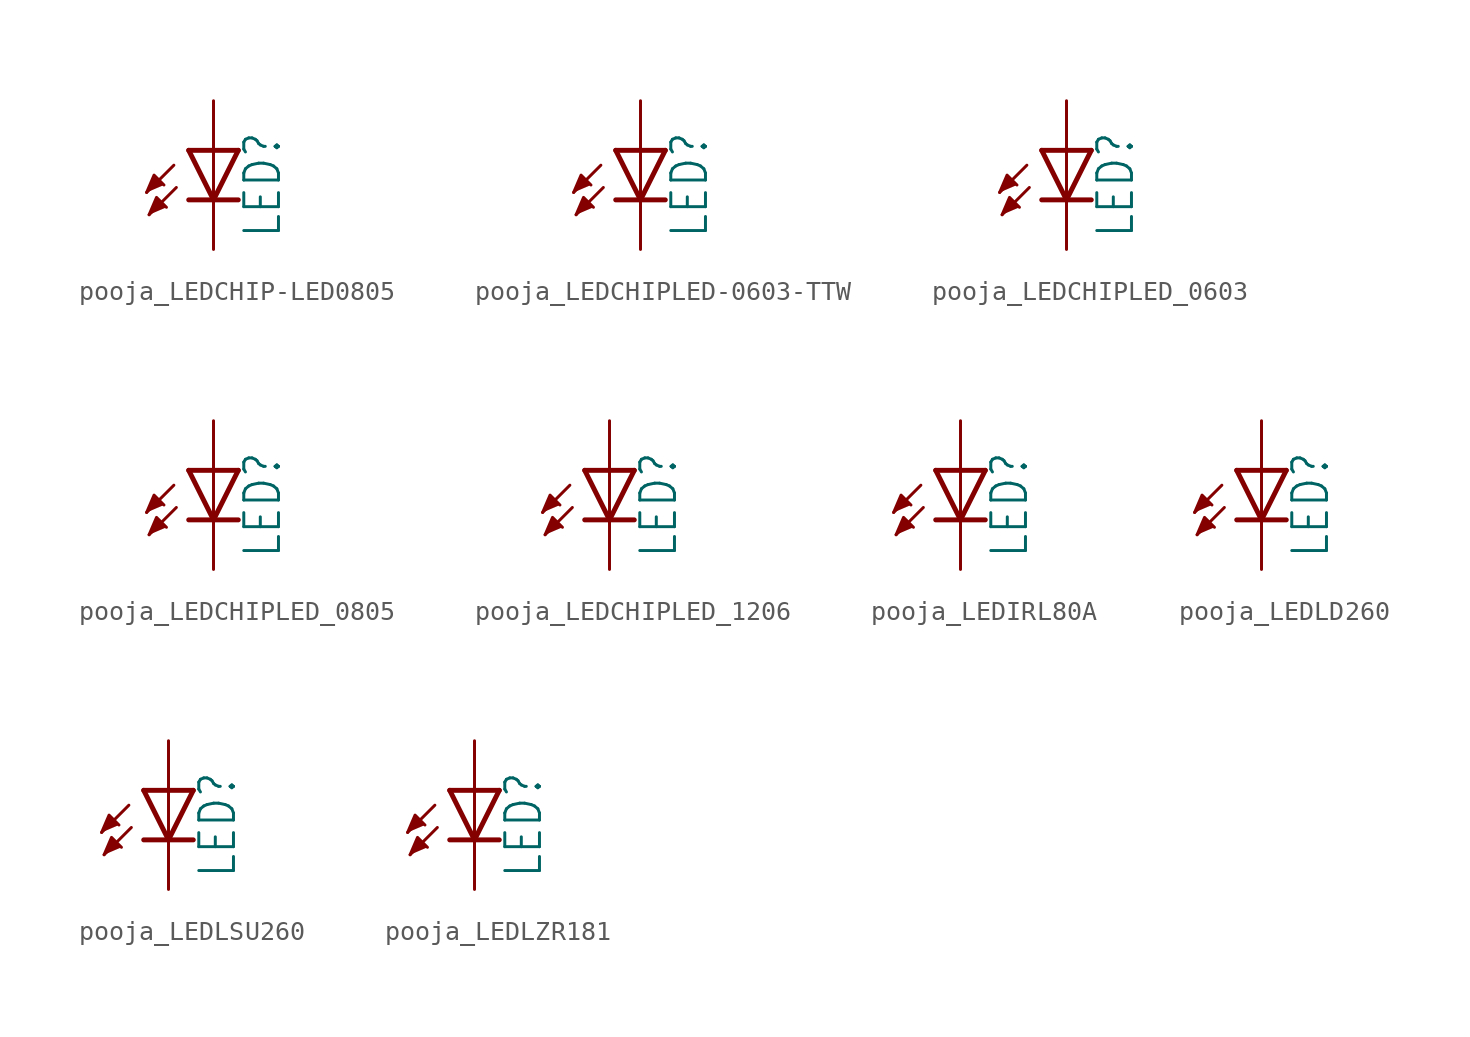
<source format=kicad_sym>
(kicad_symbol_lib
  (version 20220914)
  (generator kicad_symbol_editor)
  (symbol "pooja_LEDCHIP-LED0805"
    (property "Reference" "LED"
      (at 3.556 -4.572 90)
      (effects (font (size 1.778 1.511)) (justify left bottom)))
    (property "Value" ""
      (at 5.715 -4.572 90)
      (effects (font (size 1.778 1.511)) (justify left bottom)))
    (property "ki_locked" ""
      (at 0 0 0)
      (effects (font (size 1.27 1.27))))
    (symbol "pooja_LEDCHIP-LED0805_1_0"
      (polyline (pts (xy -2.032 -0.762) (xy -3.429 -2.159)) (stroke (width 0.152) (type solid)) (fill (type none)))
      (polyline (pts (xy -1.905 -1.905) (xy -3.302 -3.302)) (stroke (width 0.152) (type solid)) (fill (type none)))
      (polyline (pts (xy 0 -2.54) (xy -1.27 -2.54)) (stroke (width 0.254) (type solid)) (fill (type none)))
      (polyline (pts (xy 0 -2.54) (xy -1.27 0)) (stroke (width 0.254) (type solid)) (fill (type none)))
      (polyline (pts (xy 0 0) (xy -1.27 0)) (stroke (width 0.254) (type solid)) (fill (type none)))
      (polyline (pts (xy 0 0) (xy 0 -2.54)) (stroke (width 0.152) (type solid)) (fill (type none)))
      (polyline (pts (xy 1.27 -2.54) (xy 0 -2.54)) (stroke (width 0.254) (type solid)) (fill (type none)))
      (polyline (pts (xy 1.27 0) (xy 0 -2.54)) (stroke (width 0.254) (type solid)) (fill (type none)))
      (polyline (pts (xy 1.27 0) (xy 0 0)) (stroke (width 0.254) (type solid)) (fill (type none)))
      (polyline (pts (xy -3.429 -2.159) (xy -3.048 -1.27) (xy -2.54 -1.778)) (stroke (width 0.152) (type solid)) (fill (type outline)))
      (polyline (pts (xy -3.302 -3.302) (xy -2.921 -2.413) (xy -2.413 -2.921)) (stroke (width 0.152) (type solid)) (fill (type outline)))
      (pin passive line (at 0 2.54 270) (length 2.54) (name "A" (effects (font (size 0 0)))) (number "A" (effects (font (size 0 0)))))
      (pin passive line (at 0 -5.08 90) (length 2.54) (name "C" (effects (font (size 0 0)))) (number "C" (effects (font (size 0 0)))))))
  (symbol "pooja_LEDCHIPLED-0603-TTW"
    (property "Reference" "LED"
      (at 3.556 -4.572 90)
      (effects (font (size 1.778 1.511)) (justify left bottom)))
    (property "Value" ""
      (at 5.715 -4.572 90)
      (effects (font (size 1.778 1.511)) (justify left bottom)))
    (property "ki_locked" ""
      (at 0 0 0)
      (effects (font (size 1.27 1.27))))
    (symbol "pooja_LEDCHIPLED-0603-TTW_1_0"
      (polyline (pts (xy -2.032 -0.762) (xy -3.429 -2.159)) (stroke (width 0.152) (type solid)) (fill (type none)))
      (polyline (pts (xy -1.905 -1.905) (xy -3.302 -3.302)) (stroke (width 0.152) (type solid)) (fill (type none)))
      (polyline (pts (xy 0 -2.54) (xy -1.27 -2.54)) (stroke (width 0.254) (type solid)) (fill (type none)))
      (polyline (pts (xy 0 -2.54) (xy -1.27 0)) (stroke (width 0.254) (type solid)) (fill (type none)))
      (polyline (pts (xy 0 0) (xy -1.27 0)) (stroke (width 0.254) (type solid)) (fill (type none)))
      (polyline (pts (xy 0 0) (xy 0 -2.54)) (stroke (width 0.152) (type solid)) (fill (type none)))
      (polyline (pts (xy 1.27 -2.54) (xy 0 -2.54)) (stroke (width 0.254) (type solid)) (fill (type none)))
      (polyline (pts (xy 1.27 0) (xy 0 -2.54)) (stroke (width 0.254) (type solid)) (fill (type none)))
      (polyline (pts (xy 1.27 0) (xy 0 0)) (stroke (width 0.254) (type solid)) (fill (type none)))
      (polyline (pts (xy -3.429 -2.159) (xy -3.048 -1.27) (xy -2.54 -1.778)) (stroke (width 0.152) (type solid)) (fill (type outline)))
      (polyline (pts (xy -3.302 -3.302) (xy -2.921 -2.413) (xy -2.413 -2.921)) (stroke (width 0.152) (type solid)) (fill (type outline)))
      (pin passive line (at 0 2.54 270) (length 2.54) (name "A" (effects (font (size 0 0)))) (number "A@1" (effects (font (size 0 0)))))
      (pin passive line (at 0 -5.08 90) (length 2.54) (name "C" (effects (font (size 0 0)))) (number "C@1" (effects (font (size 0 0)))))))
  (symbol "pooja_LEDCHIPLED_0603"
    (property "Reference" "LED"
      (at 3.556 -4.572 90)
      (effects (font (size 1.778 1.511)) (justify left bottom)))
    (property "Value" ""
      (at 5.715 -4.572 90)
      (effects (font (size 1.778 1.511)) (justify left bottom)))
    (property "ki_locked" ""
      (at 0 0 0)
      (effects (font (size 1.27 1.27))))
    (symbol "pooja_LEDCHIPLED_0603_1_0"
      (polyline (pts (xy -2.032 -0.762) (xy -3.429 -2.159)) (stroke (width 0.152) (type solid)) (fill (type none)))
      (polyline (pts (xy -1.905 -1.905) (xy -3.302 -3.302)) (stroke (width 0.152) (type solid)) (fill (type none)))
      (polyline (pts (xy 0 -2.54) (xy -1.27 -2.54)) (stroke (width 0.254) (type solid)) (fill (type none)))
      (polyline (pts (xy 0 -2.54) (xy -1.27 0)) (stroke (width 0.254) (type solid)) (fill (type none)))
      (polyline (pts (xy 0 0) (xy -1.27 0)) (stroke (width 0.254) (type solid)) (fill (type none)))
      (polyline (pts (xy 0 0) (xy 0 -2.54)) (stroke (width 0.152) (type solid)) (fill (type none)))
      (polyline (pts (xy 1.27 -2.54) (xy 0 -2.54)) (stroke (width 0.254) (type solid)) (fill (type none)))
      (polyline (pts (xy 1.27 0) (xy 0 -2.54)) (stroke (width 0.254) (type solid)) (fill (type none)))
      (polyline (pts (xy 1.27 0) (xy 0 0)) (stroke (width 0.254) (type solid)) (fill (type none)))
      (polyline (pts (xy -3.429 -2.159) (xy -3.048 -1.27) (xy -2.54 -1.778)) (stroke (width 0.152) (type solid)) (fill (type outline)))
      (polyline (pts (xy -3.302 -3.302) (xy -2.921 -2.413) (xy -2.413 -2.921)) (stroke (width 0.152) (type solid)) (fill (type outline)))
      (pin passive line (at 0 2.54 270) (length 2.54) (name "A" (effects (font (size 0 0)))) (number "A" (effects (font (size 0 0)))))
      (pin passive line (at 0 -5.08 90) (length 2.54) (name "C" (effects (font (size 0 0)))) (number "C" (effects (font (size 0 0)))))))
  (symbol "pooja_LEDCHIPLED_0805"
    (property "Reference" "LED"
      (at 3.556 -4.572 90)
      (effects (font (size 1.778 1.511)) (justify left bottom)))
    (property "Value" ""
      (at 5.715 -4.572 90)
      (effects (font (size 1.778 1.511)) (justify left bottom)))
    (property "ki_locked" ""
      (at 0 0 0)
      (effects (font (size 1.27 1.27))))
    (symbol "pooja_LEDCHIPLED_0805_1_0"
      (polyline (pts (xy -2.032 -0.762) (xy -3.429 -2.159)) (stroke (width 0.152) (type solid)) (fill (type none)))
      (polyline (pts (xy -1.905 -1.905) (xy -3.302 -3.302)) (stroke (width 0.152) (type solid)) (fill (type none)))
      (polyline (pts (xy 0 -2.54) (xy -1.27 -2.54)) (stroke (width 0.254) (type solid)) (fill (type none)))
      (polyline (pts (xy 0 -2.54) (xy -1.27 0)) (stroke (width 0.254) (type solid)) (fill (type none)))
      (polyline (pts (xy 0 0) (xy -1.27 0)) (stroke (width 0.254) (type solid)) (fill (type none)))
      (polyline (pts (xy 0 0) (xy 0 -2.54)) (stroke (width 0.152) (type solid)) (fill (type none)))
      (polyline (pts (xy 1.27 -2.54) (xy 0 -2.54)) (stroke (width 0.254) (type solid)) (fill (type none)))
      (polyline (pts (xy 1.27 0) (xy 0 -2.54)) (stroke (width 0.254) (type solid)) (fill (type none)))
      (polyline (pts (xy 1.27 0) (xy 0 0)) (stroke (width 0.254) (type solid)) (fill (type none)))
      (polyline (pts (xy -3.429 -2.159) (xy -3.048 -1.27) (xy -2.54 -1.778)) (stroke (width 0.152) (type solid)) (fill (type outline)))
      (polyline (pts (xy -3.302 -3.302) (xy -2.921 -2.413) (xy -2.413 -2.921)) (stroke (width 0.152) (type solid)) (fill (type outline)))
      (pin passive line (at 0 2.54 270) (length 2.54) (name "A" (effects (font (size 0 0)))) (number "A" (effects (font (size 0 0)))))
      (pin passive line (at 0 -5.08 90) (length 2.54) (name "C" (effects (font (size 0 0)))) (number "C" (effects (font (size 0 0)))))))
  (symbol "pooja_LEDCHIPLED_1206"
    (property "Reference" "LED"
      (at 3.556 -4.572 90)
      (effects (font (size 1.778 1.511)) (justify left bottom)))
    (property "Value" ""
      (at 5.715 -4.572 90)
      (effects (font (size 1.778 1.511)) (justify left bottom)))
    (property "ki_locked" ""
      (at 0 0 0)
      (effects (font (size 1.27 1.27))))
    (symbol "pooja_LEDCHIPLED_1206_1_0"
      (polyline (pts (xy -2.032 -0.762) (xy -3.429 -2.159)) (stroke (width 0.152) (type solid)) (fill (type none)))
      (polyline (pts (xy -1.905 -1.905) (xy -3.302 -3.302)) (stroke (width 0.152) (type solid)) (fill (type none)))
      (polyline (pts (xy 0 -2.54) (xy -1.27 -2.54)) (stroke (width 0.254) (type solid)) (fill (type none)))
      (polyline (pts (xy 0 -2.54) (xy -1.27 0)) (stroke (width 0.254) (type solid)) (fill (type none)))
      (polyline (pts (xy 0 0) (xy -1.27 0)) (stroke (width 0.254) (type solid)) (fill (type none)))
      (polyline (pts (xy 0 0) (xy 0 -2.54)) (stroke (width 0.152) (type solid)) (fill (type none)))
      (polyline (pts (xy 1.27 -2.54) (xy 0 -2.54)) (stroke (width 0.254) (type solid)) (fill (type none)))
      (polyline (pts (xy 1.27 0) (xy 0 -2.54)) (stroke (width 0.254) (type solid)) (fill (type none)))
      (polyline (pts (xy 1.27 0) (xy 0 0)) (stroke (width 0.254) (type solid)) (fill (type none)))
      (polyline (pts (xy -3.429 -2.159) (xy -3.048 -1.27) (xy -2.54 -1.778)) (stroke (width 0.152) (type solid)) (fill (type outline)))
      (polyline (pts (xy -3.302 -3.302) (xy -2.921 -2.413) (xy -2.413 -2.921)) (stroke (width 0.152) (type solid)) (fill (type outline)))
      (pin passive line (at 0 2.54 270) (length 2.54) (name "A" (effects (font (size 0 0)))) (number "A" (effects (font (size 0 0)))))
      (pin passive line (at 0 -5.08 90) (length 2.54) (name "C" (effects (font (size 0 0)))) (number "C" (effects (font (size 0 0)))))))
  (symbol "pooja_LEDIRL80A"
    (property "Reference" "LED"
      (at 3.556 -4.572 90)
      (effects (font (size 1.778 1.511)) (justify left bottom)))
    (property "Value" ""
      (at 5.715 -4.572 90)
      (effects (font (size 1.778 1.511)) (justify left bottom)))
    (property "ki_locked" ""
      (at 0 0 0)
      (effects (font (size 1.27 1.27))))
    (symbol "pooja_LEDIRL80A_1_0"
      (polyline (pts (xy -2.032 -0.762) (xy -3.429 -2.159)) (stroke (width 0.152) (type solid)) (fill (type none)))
      (polyline (pts (xy -1.905 -1.905) (xy -3.302 -3.302)) (stroke (width 0.152) (type solid)) (fill (type none)))
      (polyline (pts (xy 0 -2.54) (xy -1.27 -2.54)) (stroke (width 0.254) (type solid)) (fill (type none)))
      (polyline (pts (xy 0 -2.54) (xy -1.27 0)) (stroke (width 0.254) (type solid)) (fill (type none)))
      (polyline (pts (xy 0 0) (xy -1.27 0)) (stroke (width 0.254) (type solid)) (fill (type none)))
      (polyline (pts (xy 0 0) (xy 0 -2.54)) (stroke (width 0.152) (type solid)) (fill (type none)))
      (polyline (pts (xy 1.27 -2.54) (xy 0 -2.54)) (stroke (width 0.254) (type solid)) (fill (type none)))
      (polyline (pts (xy 1.27 0) (xy 0 -2.54)) (stroke (width 0.254) (type solid)) (fill (type none)))
      (polyline (pts (xy 1.27 0) (xy 0 0)) (stroke (width 0.254) (type solid)) (fill (type none)))
      (polyline (pts (xy -3.429 -2.159) (xy -3.048 -1.27) (xy -2.54 -1.778)) (stroke (width 0.152) (type solid)) (fill (type outline)))
      (polyline (pts (xy -3.302 -3.302) (xy -2.921 -2.413) (xy -2.413 -2.921)) (stroke (width 0.152) (type solid)) (fill (type outline)))
      (pin passive line (at 0 2.54 270) (length 2.54) (name "A" (effects (font (size 0 0)))) (number "A" (effects (font (size 0 0)))))
      (pin passive line (at 0 -5.08 90) (length 2.54) (name "C" (effects (font (size 0 0)))) (number "K" (effects (font (size 0 0)))))))
  (symbol "pooja_LEDLD260"
    (property "Reference" "LED"
      (at 3.556 -4.572 90)
      (effects (font (size 1.778 1.511)) (justify left bottom)))
    (property "Value" ""
      (at 5.715 -4.572 90)
      (effects (font (size 1.778 1.511)) (justify left bottom)))
    (property "ki_locked" ""
      (at 0 0 0)
      (effects (font (size 1.27 1.27))))
    (symbol "pooja_LEDLD260_1_0"
      (polyline (pts (xy -2.032 -0.762) (xy -3.429 -2.159)) (stroke (width 0.152) (type solid)) (fill (type none)))
      (polyline (pts (xy -1.905 -1.905) (xy -3.302 -3.302)) (stroke (width 0.152) (type solid)) (fill (type none)))
      (polyline (pts (xy 0 -2.54) (xy -1.27 -2.54)) (stroke (width 0.254) (type solid)) (fill (type none)))
      (polyline (pts (xy 0 -2.54) (xy -1.27 0)) (stroke (width 0.254) (type solid)) (fill (type none)))
      (polyline (pts (xy 0 0) (xy -1.27 0)) (stroke (width 0.254) (type solid)) (fill (type none)))
      (polyline (pts (xy 0 0) (xy 0 -2.54)) (stroke (width 0.152) (type solid)) (fill (type none)))
      (polyline (pts (xy 1.27 -2.54) (xy 0 -2.54)) (stroke (width 0.254) (type solid)) (fill (type none)))
      (polyline (pts (xy 1.27 0) (xy 0 -2.54)) (stroke (width 0.254) (type solid)) (fill (type none)))
      (polyline (pts (xy 1.27 0) (xy 0 0)) (stroke (width 0.254) (type solid)) (fill (type none)))
      (polyline (pts (xy -3.429 -2.159) (xy -3.048 -1.27) (xy -2.54 -1.778)) (stroke (width 0.152) (type solid)) (fill (type outline)))
      (polyline (pts (xy -3.302 -3.302) (xy -2.921 -2.413) (xy -2.413 -2.921)) (stroke (width 0.152) (type solid)) (fill (type outline)))
      (pin passive line (at 0 2.54 270) (length 2.54) (name "A" (effects (font (size 0 0)))) (number "A" (effects (font (size 0 0)))))
      (pin passive line (at 0 -5.08 90) (length 2.54) (name "C" (effects (font (size 0 0)))) (number "K" (effects (font (size 0 0)))))))
  (symbol "pooja_LEDLSU260"
    (property "Reference" "LED"
      (at 3.556 -4.572 90)
      (effects (font (size 1.778 1.511)) (justify left bottom)))
    (property "Value" ""
      (at 5.715 -4.572 90)
      (effects (font (size 1.778 1.511)) (justify left bottom)))
    (property "ki_locked" ""
      (at 0 0 0)
      (effects (font (size 1.27 1.27))))
    (symbol "pooja_LEDLSU260_1_0"
      (polyline (pts (xy -2.032 -0.762) (xy -3.429 -2.159)) (stroke (width 0.152) (type solid)) (fill (type none)))
      (polyline (pts (xy -1.905 -1.905) (xy -3.302 -3.302)) (stroke (width 0.152) (type solid)) (fill (type none)))
      (polyline (pts (xy 0 -2.54) (xy -1.27 -2.54)) (stroke (width 0.254) (type solid)) (fill (type none)))
      (polyline (pts (xy 0 -2.54) (xy -1.27 0)) (stroke (width 0.254) (type solid)) (fill (type none)))
      (polyline (pts (xy 0 0) (xy -1.27 0)) (stroke (width 0.254) (type solid)) (fill (type none)))
      (polyline (pts (xy 0 0) (xy 0 -2.54)) (stroke (width 0.152) (type solid)) (fill (type none)))
      (polyline (pts (xy 1.27 -2.54) (xy 0 -2.54)) (stroke (width 0.254) (type solid)) (fill (type none)))
      (polyline (pts (xy 1.27 0) (xy 0 -2.54)) (stroke (width 0.254) (type solid)) (fill (type none)))
      (polyline (pts (xy 1.27 0) (xy 0 0)) (stroke (width 0.254) (type solid)) (fill (type none)))
      (polyline (pts (xy -3.429 -2.159) (xy -3.048 -1.27) (xy -2.54 -1.778)) (stroke (width 0.152) (type solid)) (fill (type outline)))
      (polyline (pts (xy -3.302 -3.302) (xy -2.921 -2.413) (xy -2.413 -2.921)) (stroke (width 0.152) (type solid)) (fill (type outline)))
      (pin passive line (at 0 2.54 270) (length 2.54) (name "A" (effects (font (size 0 0)))) (number "A" (effects (font (size 0 0)))))
      (pin passive line (at 0 -5.08 90) (length 2.54) (name "C" (effects (font (size 0 0)))) (number "K" (effects (font (size 0 0)))))))
  (symbol "pooja_LEDLZR181"
    (property "Reference" "LED"
      (at 3.556 -4.572 90)
      (effects (font (size 1.778 1.511)) (justify left bottom)))
    (property "Value" ""
      (at 5.715 -4.572 90)
      (effects (font (size 1.778 1.511)) (justify left bottom)))
    (property "ki_locked" ""
      (at 0 0 0)
      (effects (font (size 1.27 1.27))))
    (symbol "pooja_LEDLZR181_1_0"
      (polyline (pts (xy -2.032 -0.762) (xy -3.429 -2.159)) (stroke (width 0.152) (type solid)) (fill (type none)))
      (polyline (pts (xy -1.905 -1.905) (xy -3.302 -3.302)) (stroke (width 0.152) (type solid)) (fill (type none)))
      (polyline (pts (xy 0 -2.54) (xy -1.27 -2.54)) (stroke (width 0.254) (type solid)) (fill (type none)))
      (polyline (pts (xy 0 -2.54) (xy -1.27 0)) (stroke (width 0.254) (type solid)) (fill (type none)))
      (polyline (pts (xy 0 0) (xy -1.27 0)) (stroke (width 0.254) (type solid)) (fill (type none)))
      (polyline (pts (xy 0 0) (xy 0 -2.54)) (stroke (width 0.152) (type solid)) (fill (type none)))
      (polyline (pts (xy 1.27 -2.54) (xy 0 -2.54)) (stroke (width 0.254) (type solid)) (fill (type none)))
      (polyline (pts (xy 1.27 0) (xy 0 -2.54)) (stroke (width 0.254) (type solid)) (fill (type none)))
      (polyline (pts (xy 1.27 0) (xy 0 0)) (stroke (width 0.254) (type solid)) (fill (type none)))
      (polyline (pts (xy -3.429 -2.159) (xy -3.048 -1.27) (xy -2.54 -1.778)) (stroke (width 0.152) (type solid)) (fill (type outline)))
      (polyline (pts (xy -3.302 -3.302) (xy -2.921 -2.413) (xy -2.413 -2.921)) (stroke (width 0.152) (type solid)) (fill (type outline)))
      (pin passive line (at 0 2.54 270) (length 2.54) (name "A" (effects (font (size 0 0)))) (number "A" (effects (font (size 0 0)))))
      (pin passive line (at 0 -5.08 90) (length 2.54) (name "C" (effects (font (size 0 0)))) (number "K" (effects (font (size 0 0))))))))
</source>
